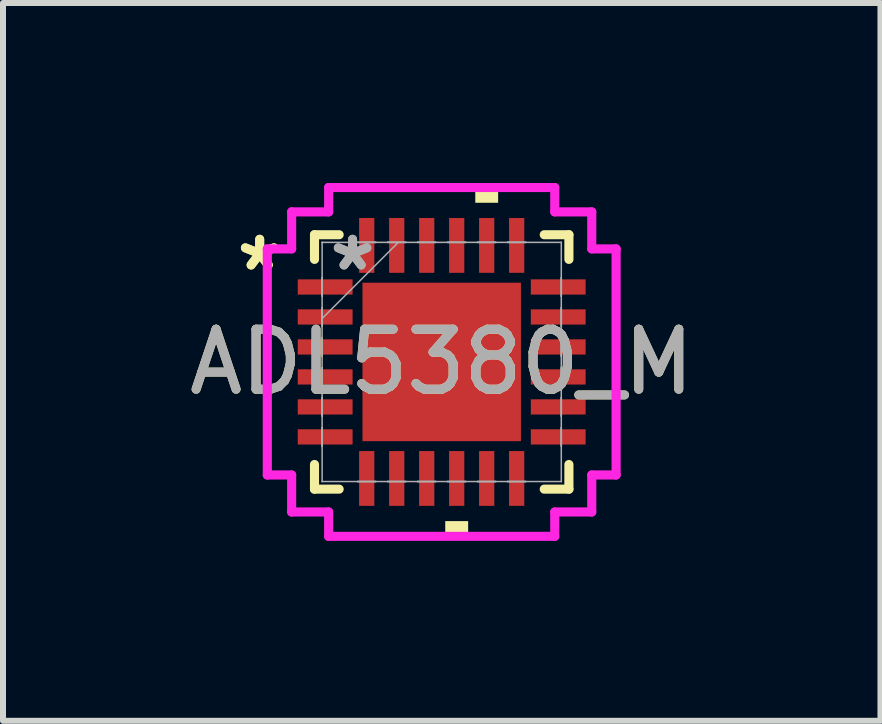
<source format=kicad_pcb>
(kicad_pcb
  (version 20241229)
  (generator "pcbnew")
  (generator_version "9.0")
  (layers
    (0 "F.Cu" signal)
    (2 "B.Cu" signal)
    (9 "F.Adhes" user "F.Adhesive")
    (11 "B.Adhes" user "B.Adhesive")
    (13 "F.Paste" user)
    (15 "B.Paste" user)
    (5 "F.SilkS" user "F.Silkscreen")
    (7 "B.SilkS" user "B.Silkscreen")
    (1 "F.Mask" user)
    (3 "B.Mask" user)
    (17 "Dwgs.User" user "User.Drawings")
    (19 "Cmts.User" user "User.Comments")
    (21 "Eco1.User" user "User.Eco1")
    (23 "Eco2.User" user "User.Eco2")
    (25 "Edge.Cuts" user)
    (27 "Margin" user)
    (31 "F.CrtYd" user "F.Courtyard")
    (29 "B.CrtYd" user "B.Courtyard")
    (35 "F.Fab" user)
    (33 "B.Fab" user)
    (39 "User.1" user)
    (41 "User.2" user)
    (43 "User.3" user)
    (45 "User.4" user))
  (footprint "ADL5380_M"
    (layer "F.Cu")
    (at 4.315 2.985)
    (property "Reference" "ADL5380_M" (at 0 0 0) (unlocked yes) (layer "F.SilkS") (effects (font (size 1 1) (thickness 0.15))))
    (attr smd)
    (fp_line (start -2.121 -2.121) (end -2.121 -1.71) (stroke (width 0.152) (type solid)) (layer "F.SilkS"))
    (fp_line (start -2.121 1.71) (end -2.121 2.121) (stroke (width 0.152) (type solid)) (layer "F.SilkS"))
    (fp_line (start -2.121 2.121) (end -1.71 2.121) (stroke (width 0.152) (type solid)) (layer "F.SilkS"))
    (fp_line (start -1.71 -2.121) (end -2.121 -2.121) (stroke (width 0.152) (type solid)) (layer "F.SilkS"))
    (fp_line (start 1.71 2.121) (end 2.121 2.121) (stroke (width 0.152) (type solid)) (layer "F.SilkS"))
    (fp_line (start 2.121 -2.121) (end 1.71 -2.121) (stroke (width 0.152) (type solid)) (layer "F.SilkS"))
    (fp_line (start 2.121 -1.71) (end 2.121 -2.121) (stroke (width 0.152) (type solid)) (layer "F.SilkS"))
    (fp_line (start 2.121 2.121) (end 2.121 1.71) (stroke (width 0.152) (type solid)) (layer "F.SilkS"))
    (fp_poly (pts (xy 0.059 2.654) (xy 0.059 2.908) (xy 0.441 2.908) (xy 0.441 2.654)) (stroke (width 0) (type solid)) (fill yes) (layer "F.SilkS"))
    (fp_poly (pts (xy 0.56 -2.654) (xy 0.56 -2.908) (xy 0.941 -2.908) (xy 0.941 -2.654)) (stroke (width 0) (type solid)) (fill yes) (layer "F.SilkS"))
    (fp_poly (pts (xy -1.221 -1.221) (xy -1.221 -0.1) (xy -0.1 -0.1) (xy -0.1 -1.221)) (stroke (width 0) (type solid)) (fill yes) (layer "F.Paste"))
    (fp_poly (pts (xy -1.221 0.1) (xy -1.221 1.221) (xy -0.1 1.221) (xy -0.1 0.1)) (stroke (width 0) (type solid)) (fill yes) (layer "F.Paste"))
    (fp_poly (pts (xy 0.1 -1.221) (xy 0.1 -0.1) (xy 1.221 -0.1) (xy 1.221 -1.221)) (stroke (width 0) (type solid)) (fill yes) (layer "F.Paste"))
    (fp_poly (pts (xy 0.1 0.1) (xy 0.1 1.221) (xy 1.221 1.221) (xy 1.221 0.1)) (stroke (width 0) (type solid)) (fill yes) (layer "F.Paste"))
    (fp_line (start -2.908 -1.885) (end -2.502 -1.885) (stroke (width 0.152) (type solid)) (layer "F.CrtYd"))
    (fp_line (start -2.908 1.885) (end -2.908 -1.885) (stroke (width 0.152) (type solid)) (layer "F.CrtYd"))
    (fp_line (start -2.502 -2.502) (end -1.885 -2.502) (stroke (width 0.152) (type solid)) (layer "F.CrtYd"))
    (fp_line (start -2.502 -1.885) (end -2.502 -2.502) (stroke (width 0.152) (type solid)) (layer "F.CrtYd"))
    (fp_line (start -2.502 1.885) (end -2.908 1.885) (stroke (width 0.152) (type solid)) (layer "F.CrtYd"))
    (fp_line (start -2.502 2.502) (end -2.502 1.885) (stroke (width 0.152) (type solid)) (layer "F.CrtYd"))
    (fp_line (start -1.885 -2.908) (end 1.885 -2.908) (stroke (width 0.152) (type solid)) (layer "F.CrtYd"))
    (fp_line (start -1.885 -2.502) (end -1.885 -2.908) (stroke (width 0.152) (type solid)) (layer "F.CrtYd"))
    (fp_line (start -1.885 2.502) (end -2.502 2.502) (stroke (width 0.152) (type solid)) (layer "F.CrtYd"))
    (fp_line (start -1.885 2.908) (end -1.885 2.502) (stroke (width 0.152) (type solid)) (layer "F.CrtYd"))
    (fp_line (start 1.885 -2.908) (end 1.885 -2.502) (stroke (width 0.152) (type solid)) (layer "F.CrtYd"))
    (fp_line (start 1.885 -2.502) (end 2.502 -2.502) (stroke (width 0.152) (type solid)) (layer "F.CrtYd"))
    (fp_line (start 1.885 2.502) (end 1.885 2.908) (stroke (width 0.152) (type solid)) (layer "F.CrtYd"))
    (fp_line (start 1.885 2.908) (end -1.885 2.908) (stroke (width 0.152) (type solid)) (layer "F.CrtYd"))
    (fp_line (start 2.502 -2.502) (end 2.502 -1.885) (stroke (width 0.152) (type solid)) (layer "F.CrtYd"))
    (fp_line (start 2.502 -1.885) (end 2.908 -1.885) (stroke (width 0.152) (type solid)) (layer "F.CrtYd"))
    (fp_line (start 2.502 1.885) (end 2.502 2.502) (stroke (width 0.152) (type solid)) (layer "F.CrtYd"))
    (fp_line (start 2.502 2.502) (end 1.885 2.502) (stroke (width 0.152) (type solid)) (layer "F.CrtYd"))
    (fp_line (start 2.908 -1.885) (end 2.908 1.885) (stroke (width 0.152) (type solid)) (layer "F.CrtYd"))
    (fp_line (start 2.908 1.885) (end 2.502 1.885) (stroke (width 0.152) (type solid)) (layer "F.CrtYd"))
    (fp_line (start -1.994 -1.994) (end -1.994 -1.994) (stroke (width 0.025) (type solid)) (layer "F.Fab"))
    (fp_line (start -1.994 -1.994) (end -1.994 1.994) (stroke (width 0.025) (type solid)) (layer "F.Fab"))
    (fp_line (start -1.994 -1.402) (end -1.994 -1.402) (stroke (width 0.025) (type solid)) (layer "F.Fab"))
    (fp_line (start -1.994 -1.402) (end -1.994 -1.098) (stroke (width 0.025) (type solid)) (layer "F.Fab"))
    (fp_line (start -1.994 -1.098) (end -1.994 -1.402) (stroke (width 0.025) (type solid)) (layer "F.Fab"))
    (fp_line (start -1.994 -1.098) (end -1.994 -1.098) (stroke (width 0.025) (type solid)) (layer "F.Fab"))
    (fp_line (start -1.994 -0.902) (end -1.994 -0.902) (stroke (width 0.025) (type solid)) (layer "F.Fab"))
    (fp_line (start -1.994 -0.902) (end -1.994 -0.598) (stroke (width 0.025) (type solid)) (layer "F.Fab"))
    (fp_line (start -1.994 -0.724) (end -0.724 -1.994) (stroke (width 0.025) (type solid)) (layer "F.Fab"))
    (fp_line (start -1.994 -0.598) (end -1.994 -0.902) (stroke (width 0.025) (type solid)) (layer "F.Fab"))
    (fp_line (start -1.994 -0.598) (end -1.994 -0.598) (stroke (width 0.025) (type solid)) (layer "F.Fab"))
    (fp_line (start -1.994 -0.402) (end -1.994 -0.402) (stroke (width 0.025) (type solid)) (layer "F.Fab"))
    (fp_line (start -1.994 -0.402) (end -1.994 -0.098) (stroke (width 0.025) (type solid)) (layer "F.Fab"))
    (fp_line (start -1.994 -0.098) (end -1.994 -0.402) (stroke (width 0.025) (type solid)) (layer "F.Fab"))
    (fp_line (start -1.994 -0.098) (end -1.994 -0.098) (stroke (width 0.025) (type solid)) (layer "F.Fab"))
    (fp_line (start -1.994 0.098) (end -1.994 0.098) (stroke (width 0.025) (type solid)) (layer "F.Fab"))
    (fp_line (start -1.994 0.098) (end -1.994 0.402) (stroke (width 0.025) (type solid)) (layer "F.Fab"))
    (fp_line (start -1.994 0.402) (end -1.994 0.098) (stroke (width 0.025) (type solid)) (layer "F.Fab"))
    (fp_line (start -1.994 0.402) (end -1.994 0.402) (stroke (width 0.025) (type solid)) (layer "F.Fab"))
    (fp_line (start -1.994 0.598) (end -1.994 0.598) (stroke (width 0.025) (type solid)) (layer "F.Fab"))
    (fp_line (start -1.994 0.598) (end -1.994 0.902) (stroke (width 0.025) (type solid)) (layer "F.Fab"))
    (fp_line (start -1.994 0.902) (end -1.994 0.598) (stroke (width 0.025) (type solid)) (layer "F.Fab"))
    (fp_line (start -1.994 0.902) (end -1.994 0.902) (stroke (width 0.025) (type solid)) (layer "F.Fab"))
    (fp_line (start -1.994 1.098) (end -1.994 1.098) (stroke (width 0.025) (type solid)) (layer "F.Fab"))
    (fp_line (start -1.994 1.098) (end -1.994 1.402) (stroke (width 0.025) (type solid)) (layer "F.Fab"))
    (fp_line (start -1.994 1.402) (end -1.994 1.098) (stroke (width 0.025) (type solid)) (layer "F.Fab"))
    (fp_line (start -1.994 1.402) (end -1.994 1.402) (stroke (width 0.025) (type solid)) (layer "F.Fab"))
    (fp_line (start -1.994 1.994) (end -1.994 1.994) (stroke (width 0.025) (type solid)) (layer "F.Fab"))
    (fp_line (start -1.994 1.994) (end 1.994 1.994) (stroke (width 0.025) (type solid)) (layer "F.Fab"))
    (fp_line (start -1.402 -1.994) (end -1.402 -1.994) (stroke (width 0.025) (type solid)) (layer "F.Fab"))
    (fp_line (start -1.402 -1.994) (end -1.098 -1.994) (stroke (width 0.025) (type solid)) (layer "F.Fab"))
    (fp_line (start -1.402 1.994) (end -1.402 1.994) (stroke (width 0.025) (type solid)) (layer "F.Fab"))
    (fp_line (start -1.402 1.994) (end -1.098 1.994) (stroke (width 0.025) (type solid)) (layer "F.Fab"))
    (fp_line (start -1.098 -1.994) (end -1.402 -1.994) (stroke (width 0.025) (type solid)) (layer "F.Fab"))
    (fp_line (start -1.098 -1.994) (end -1.098 -1.994) (stroke (width 0.025) (type solid)) (layer "F.Fab"))
    (fp_line (start -1.098 1.994) (end -1.402 1.994) (stroke (width 0.025) (type solid)) (layer "F.Fab"))
    (fp_line (start -1.098 1.994) (end -1.098 1.994) (stroke (width 0.025) (type solid)) (layer "F.Fab"))
    (fp_line (start -0.902 -1.994) (end -0.902 -1.994) (stroke (width 0.025) (type solid)) (layer "F.Fab"))
    (fp_line (start -0.902 -1.994) (end -0.598 -1.994) (stroke (width 0.025) (type solid)) (layer "F.Fab"))
    (fp_line (start -0.902 1.994) (end -0.902 1.994) (stroke (width 0.025) (type solid)) (layer "F.Fab"))
    (fp_line (start -0.902 1.994) (end -0.598 1.994) (stroke (width 0.025) (type solid)) (layer "F.Fab"))
    (fp_line (start -0.598 -1.994) (end -0.902 -1.994) (stroke (width 0.025) (type solid)) (layer "F.Fab"))
    (fp_line (start -0.598 -1.994) (end -0.598 -1.994) (stroke (width 0.025) (type solid)) (layer "F.Fab"))
    (fp_line (start -0.598 1.994) (end -0.902 1.994) (stroke (width 0.025) (type solid)) (layer "F.Fab"))
    (fp_line (start -0.598 1.994) (end -0.598 1.994) (stroke (width 0.025) (type solid)) (layer "F.Fab"))
    (fp_line (start -0.402 -1.994) (end -0.402 -1.994) (stroke (width 0.025) (type solid)) (layer "F.Fab"))
    (fp_line (start -0.402 -1.994) (end -0.098 -1.994) (stroke (width 0.025) (type solid)) (layer "F.Fab"))
    (fp_line (start -0.402 1.994) (end -0.402 1.994) (stroke (width 0.025) (type solid)) (layer "F.Fab"))
    (fp_line (start -0.402 1.994) (end -0.098 1.994) (stroke (width 0.025) (type solid)) (layer "F.Fab"))
    (fp_line (start -0.098 -1.994) (end -0.402 -1.994) (stroke (width 0.025) (type solid)) (layer "F.Fab"))
    (fp_line (start -0.098 -1.994) (end -0.098 -1.994) (stroke (width 0.025) (type solid)) (layer "F.Fab"))
    (fp_line (start -0.098 1.994) (end -0.402 1.994) (stroke (width 0.025) (type solid)) (layer "F.Fab"))
    (fp_line (start -0.098 1.994) (end -0.098 1.994) (stroke (width 0.025) (type solid)) (layer "F.Fab"))
    (fp_line (start 0.098 -1.994) (end 0.098 -1.994) (stroke (width 0.025) (type solid)) (layer "F.Fab"))
    (fp_line (start 0.098 -1.994) (end 0.402 -1.994) (stroke (width 0.025) (type solid)) (layer "F.Fab"))
    (fp_line (start 0.098 1.994) (end 0.098 1.994) (stroke (width 0.025) (type solid)) (layer "F.Fab"))
    (fp_line (start 0.098 1.994) (end 0.402 1.994) (stroke (width 0.025) (type solid)) (layer "F.Fab"))
    (fp_line (start 0.402 -1.994) (end 0.098 -1.994) (stroke (width 0.025) (type solid)) (layer "F.Fab"))
    (fp_line (start 0.402 -1.994) (end 0.402 -1.994) (stroke (width 0.025) (type solid)) (layer "F.Fab"))
    (fp_line (start 0.402 1.994) (end 0.098 1.994) (stroke (width 0.025) (type solid)) (layer "F.Fab"))
    (fp_line (start 0.402 1.994) (end 0.402 1.994) (stroke (width 0.025) (type solid)) (layer "F.Fab"))
    (fp_line (start 0.598 -1.994) (end 0.598 -1.994) (stroke (width 0.025) (type solid)) (layer "F.Fab"))
    (fp_line (start 0.598 -1.994) (end 0.902 -1.994) (stroke (width 0.025) (type solid)) (layer "F.Fab"))
    (fp_line (start 0.598 1.994) (end 0.598 1.994) (stroke (width 0.025) (type solid)) (layer "F.Fab"))
    (fp_line (start 0.598 1.994) (end 0.902 1.994) (stroke (width 0.025) (type solid)) (layer "F.Fab"))
    (fp_line (start 0.902 -1.994) (end 0.598 -1.994) (stroke (width 0.025) (type solid)) (layer "F.Fab"))
    (fp_line (start 0.902 -1.994) (end 0.902 -1.994) (stroke (width 0.025) (type solid)) (layer "F.Fab"))
    (fp_line (start 0.902 1.994) (end 0.598 1.994) (stroke (width 0.025) (type solid)) (layer "F.Fab"))
    (fp_line (start 0.902 1.994) (end 0.902 1.994) (stroke (width 0.025) (type solid)) (layer "F.Fab"))
    (fp_line (start 1.098 -1.994) (end 1.098 -1.994) (stroke (width 0.025) (type solid)) (layer "F.Fab"))
    (fp_line (start 1.098 -1.994) (end 1.402 -1.994) (stroke (width 0.025) (type solid)) (layer "F.Fab"))
    (fp_line (start 1.098 1.994) (end 1.098 1.994) (stroke (width 0.025) (type solid)) (layer "F.Fab"))
    (fp_line (start 1.098 1.994) (end 1.402 1.994) (stroke (width 0.025) (type solid)) (layer "F.Fab"))
    (fp_line (start 1.402 -1.994) (end 1.098 -1.994) (stroke (width 0.025) (type solid)) (layer "F.Fab"))
    (fp_line (start 1.402 -1.994) (end 1.402 -1.994) (stroke (width 0.025) (type solid)) (layer "F.Fab"))
    (fp_line (start 1.402 1.994) (end 1.098 1.994) (stroke (width 0.025) (type solid)) (layer "F.Fab"))
    (fp_line (start 1.402 1.994) (end 1.402 1.994) (stroke (width 0.025) (type solid)) (layer "F.Fab"))
    (fp_line (start 1.994 -1.994) (end -1.994 -1.994) (stroke (width 0.025) (type solid)) (layer "F.Fab"))
    (fp_line (start 1.994 -1.994) (end 1.994 -1.994) (stroke (width 0.025) (type solid)) (layer "F.Fab"))
    (fp_line (start 1.994 -1.402) (end 1.994 -1.402) (stroke (width 0.025) (type solid)) (layer "F.Fab"))
    (fp_line (start 1.994 -1.402) (end 1.994 -1.098) (stroke (width 0.025) (type solid)) (layer "F.Fab"))
    (fp_line (start 1.994 -1.098) (end 1.994 -1.402) (stroke (width 0.025) (type solid)) (layer "F.Fab"))
    (fp_line (start 1.994 -1.098) (end 1.994 -1.098) (stroke (width 0.025) (type solid)) (layer "F.Fab"))
    (fp_line (start 1.994 -0.902) (end 1.994 -0.902) (stroke (width 0.025) (type solid)) (layer "F.Fab"))
    (fp_line (start 1.994 -0.902) (end 1.994 -0.598) (stroke (width 0.025) (type solid)) (layer "F.Fab"))
    (fp_line (start 1.994 -0.598) (end 1.994 -0.902) (stroke (width 0.025) (type solid)) (layer "F.Fab"))
    (fp_line (start 1.994 -0.598) (end 1.994 -0.598) (stroke (width 0.025) (type solid)) (layer "F.Fab"))
    (fp_line (start 1.994 -0.402) (end 1.994 -0.402) (stroke (width 0.025) (type solid)) (layer "F.Fab"))
    (fp_line (start 1.994 -0.402) (end 1.994 -0.098) (stroke (width 0.025) (type solid)) (layer "F.Fab"))
    (fp_line (start 1.994 -0.098) (end 1.994 -0.402) (stroke (width 0.025) (type solid)) (layer "F.Fab"))
    (fp_line (start 1.994 -0.098) (end 1.994 -0.098) (stroke (width 0.025) (type solid)) (layer "F.Fab"))
    (fp_line (start 1.994 0.098) (end 1.994 0.098) (stroke (width 0.025) (type solid)) (layer "F.Fab"))
    (fp_line (start 1.994 0.098) (end 1.994 0.402) (stroke (width 0.025) (type solid)) (layer "F.Fab"))
    (fp_line (start 1.994 0.402) (end 1.994 0.098) (stroke (width 0.025) (type solid)) (layer "F.Fab"))
    (fp_line (start 1.994 0.402) (end 1.994 0.402) (stroke (width 0.025) (type solid)) (layer "F.Fab"))
    (fp_line (start 1.994 0.598) (end 1.994 0.598) (stroke (width 0.025) (type solid)) (layer "F.Fab"))
    (fp_line (start 1.994 0.598) (end 1.994 0.902) (stroke (width 0.025) (type solid)) (layer "F.Fab"))
    (fp_line (start 1.994 0.902) (end 1.994 0.598) (stroke (width 0.025) (type solid)) (layer "F.Fab"))
    (fp_line (start 1.994 0.902) (end 1.994 0.902) (stroke (width 0.025) (type solid)) (layer "F.Fab"))
    (fp_line (start 1.994 1.098) (end 1.994 1.098) (stroke (width 0.025) (type solid)) (layer "F.Fab"))
    (fp_line (start 1.994 1.098) (end 1.994 1.402) (stroke (width 0.025) (type solid)) (layer "F.Fab"))
    (fp_line (start 1.994 1.402) (end 1.994 1.098) (stroke (width 0.025) (type solid)) (layer "F.Fab"))
    (fp_line (start 1.994 1.402) (end 1.994 1.402) (stroke (width 0.025) (type solid)) (layer "F.Fab"))
    (fp_line (start 1.994 1.994) (end 1.994 -1.994) (stroke (width 0.025) (type solid)) (layer "F.Fab"))
    (fp_line (start 1.994 1.994) (end 1.994 1.994) (stroke (width 0.025) (type solid)) (layer "F.Fab"))
    (fp_text user "*" (at -3.035 -1.5 0) (unlocked yes) (layer "F.SilkS") (effects (font (size 1 1) (thickness 0.15))))
    (fp_text user "*" (at -3.035 -1.5 0) (layer "F.SilkS") (effects (font (size 1 1) (thickness 0.15))))
    (fp_text user "*" (at -1.486 -1.5 0) (unlocked yes) (layer "F.Fab") (effects (font (size 1 1) (thickness 0.15))))
    (fp_text user "*" (at -1.486 -1.5 0) (layer "F.Fab") (effects (font (size 1 1) (thickness 0.15))))
    (fp_text user "${REFERENCE}" (at 0 0 0) (unlocked yes) (layer "F.Fab") (effects (font (size 1 1) (thickness 0.15))))
    (pad "1" smd rect (at -1.943 -1.25 90) (size 0.254 0.914) (layers "F.Cu" "F.Mask" "F.Paste"))
    (pad "2" smd rect (at -1.943 -0.75 90) (size 0.254 0.914) (layers "F.Cu" "F.Mask" "F.Paste"))
    (pad "3" smd rect (at -1.943 -0.25 90) (size 0.254 0.914) (layers "F.Cu" "F.Mask" "F.Paste"))
    (pad "4" smd rect (at -1.943 0.25 90) (size 0.254 0.914) (layers "F.Cu" "F.Mask" "F.Paste"))
    (pad "5" smd rect (at -1.943 0.75 90) (size 0.254 0.914) (layers "F.Cu" "F.Mask" "F.Paste"))
    (pad "6" smd rect (at -1.943 1.25 90) (size 0.254 0.914) (layers "F.Cu" "F.Mask" "F.Paste"))
    (pad "7" smd rect (at -1.25 1.943) (size 0.254 0.914) (layers "F.Cu" "F.Mask" "F.Paste"))
    (pad "8" smd rect (at -0.75 1.943) (size 0.254 0.914) (layers "F.Cu" "F.Mask" "F.Paste"))
    (pad "9" smd rect (at -0.25 1.943) (size 0.254 0.914) (layers "F.Cu" "F.Mask" "F.Paste"))
    (pad "10" smd rect (at 0.25 1.943) (size 0.254 0.914) (layers "F.Cu" "F.Mask" "F.Paste"))
    (pad "11" smd rect (at 0.75 1.943) (size 0.254 0.914) (layers "F.Cu" "F.Mask" "F.Paste"))
    (pad "12" smd rect (at 1.25 1.943) (size 0.254 0.914) (layers "F.Cu" "F.Mask" "F.Paste"))
    (pad "13" smd rect (at 1.943 1.25 90) (size 0.254 0.914) (layers "F.Cu" "F.Mask" "F.Paste"))
    (pad "14" smd rect (at 1.943 0.75 90) (size 0.254 0.914) (layers "F.Cu" "F.Mask" "F.Paste"))
    (pad "15" smd rect (at 1.943 0.25 90) (size 0.254 0.914) (layers "F.Cu" "F.Mask" "F.Paste"))
    (pad "16" smd rect (at 1.943 -0.25 90) (size 0.254 0.914) (layers "F.Cu" "F.Mask" "F.Paste"))
    (pad "17" smd rect (at 1.943 -0.75 90) (size 0.254 0.914) (layers "F.Cu" "F.Mask" "F.Paste"))
    (pad "18" smd rect (at 1.943 -1.25 90) (size 0.254 0.914) (layers "F.Cu" "F.Mask" "F.Paste"))
    (pad "19" smd rect (at 1.25 -1.943) (size 0.254 0.914) (layers "F.Cu" "F.Mask" "F.Paste"))
    (pad "20" smd rect (at 0.75 -1.943) (size 0.254 0.914) (layers "F.Cu" "F.Mask" "F.Paste"))
    (pad "21" smd rect (at 0.25 -1.943) (size 0.254 0.914) (layers "F.Cu" "F.Mask" "F.Paste"))
    (pad "22" smd rect (at -0.25 -1.943) (size 0.254 0.914) (layers "F.Cu" "F.Mask" "F.Paste"))
    (pad "23" smd rect (at -0.75 -1.943) (size 0.254 0.914) (layers "F.Cu" "F.Mask" "F.Paste"))
    (pad "24" smd rect (at -1.25 -1.943) (size 0.254 0.914) (layers "F.Cu" "F.Mask" "F.Paste"))
    (pad "25" smd rect (at 0 0) (size 2.642 2.642) (layers "F.Cu" "F.Mask" "F.Paste")))
  (gr_rect
    (start -3 -3)
    (end 11.631 8.969)
    (stroke (width 0.1) (type default))
    (fill no)
    (layer "Edge.Cuts")))
</source>
